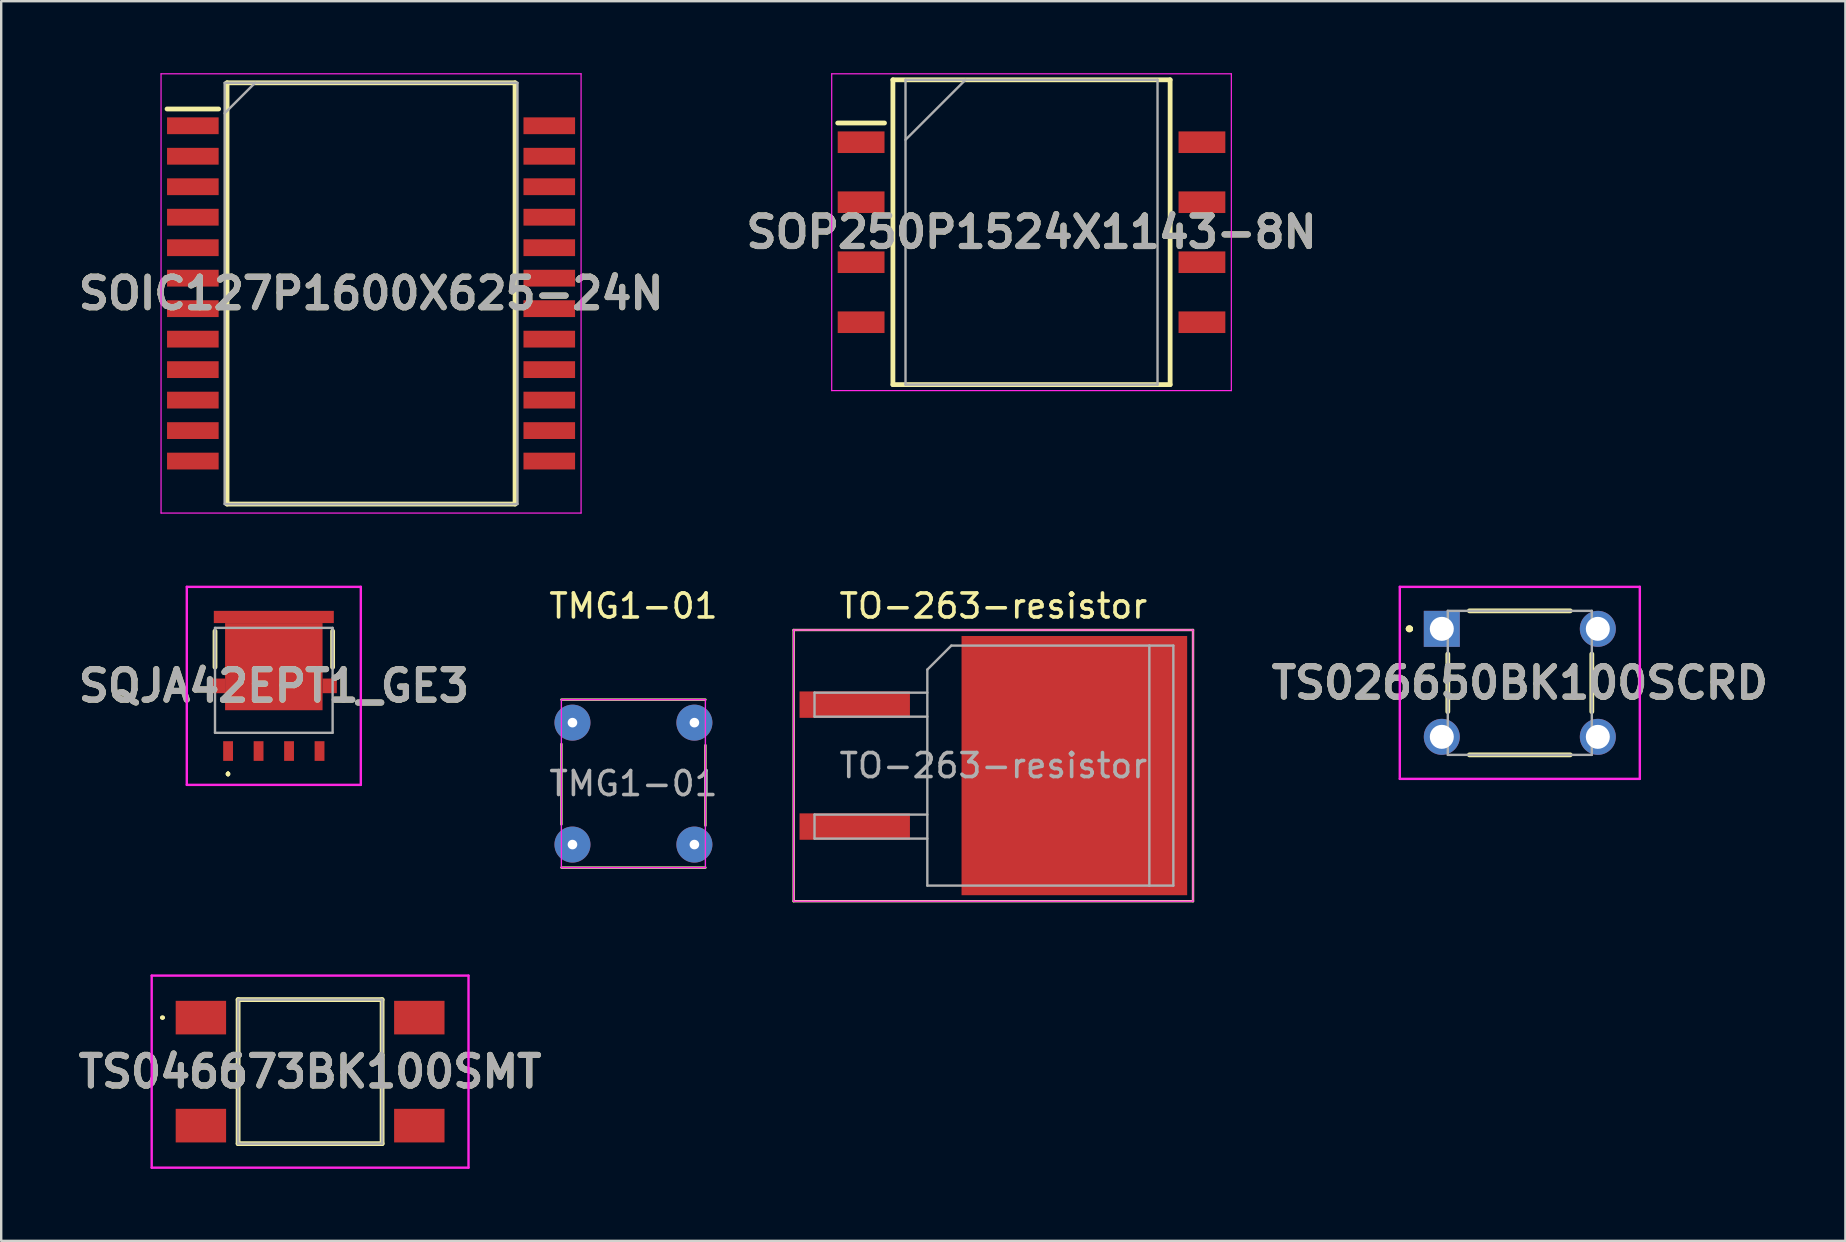
<source format=kicad_pcb>
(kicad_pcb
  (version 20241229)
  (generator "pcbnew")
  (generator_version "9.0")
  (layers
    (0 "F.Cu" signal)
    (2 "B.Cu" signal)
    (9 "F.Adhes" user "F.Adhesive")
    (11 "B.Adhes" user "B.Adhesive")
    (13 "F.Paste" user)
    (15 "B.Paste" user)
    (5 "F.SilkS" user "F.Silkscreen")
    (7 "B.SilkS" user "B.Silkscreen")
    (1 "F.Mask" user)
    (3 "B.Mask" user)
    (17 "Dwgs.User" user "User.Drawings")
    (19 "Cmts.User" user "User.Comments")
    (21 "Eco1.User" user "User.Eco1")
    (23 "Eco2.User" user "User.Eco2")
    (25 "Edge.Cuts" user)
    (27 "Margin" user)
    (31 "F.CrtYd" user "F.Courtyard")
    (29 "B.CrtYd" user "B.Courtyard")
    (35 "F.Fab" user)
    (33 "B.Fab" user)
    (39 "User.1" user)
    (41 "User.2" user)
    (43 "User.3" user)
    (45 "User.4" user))
  (footprint "SQJA42EPT1_GE3"
    (layer "F.Cu")
    (at 8.358 25.526)
    (property "Reference" "SQJA42EPT1_GE3" (at 0 -0.001 0) (layer "F.SilkS") (effects (font (size 1.27 1.27) (thickness 0.254))))
    (attr smd)
    (fp_line (start -2.45 -2.28) (end -2.45 -0.78) (stroke (width 0.2) (type solid)) (layer "F.SilkS"))
    (fp_line (start -1.905 3.619) (end -1.905 3.619) (stroke (width 0.1) (type solid)) (layer "F.SilkS"))
    (fp_line (start -1.905 3.619) (end -1.905 3.619) (stroke (width 0.1) (type solid)) (layer "F.SilkS"))
    (fp_line (start -1.905 3.72) (end -1.905 3.72) (stroke (width 0.1) (type solid)) (layer "F.SilkS"))
    (fp_line (start 2.45 -0.78) (end 2.45 -2.28) (stroke (width 0.2) (type solid)) (layer "F.SilkS"))
    (fp_arc (start -1.906 3.619) (mid -1.855 3.669) (end -1.905 3.72) (stroke (width 0.1) (type solid)) (layer "F.SilkS"))
    (fp_arc (start -1.906 3.72) (mid -1.956 3.669) (end -1.905 3.619) (stroke (width 0.1) (type solid)) (layer "F.SilkS"))
    (fp_arc (start -1.906 3.72) (mid -1.956 3.669) (end -1.905 3.619) (stroke (width 0.1) (type solid)) (layer "F.SilkS"))
    (fp_line (start -3.625 -4.126) (end 3.625 -4.126) (stroke (width 0.1) (type solid)) (layer "F.CrtYd"))
    (fp_line (start -3.625 4.124) (end -3.625 -4.126) (stroke (width 0.1) (type solid)) (layer "F.CrtYd"))
    (fp_line (start 3.625 -4.126) (end 3.625 4.124) (stroke (width 0.1) (type solid)) (layer "F.CrtYd"))
    (fp_line (start 3.625 4.124) (end -3.625 4.124) (stroke (width 0.1) (type solid)) (layer "F.CrtYd"))
    (fp_line (start -2.45 -2.416) (end 2.45 -2.416) (stroke (width 0.1) (type solid)) (layer "F.Fab"))
    (fp_line (start -2.45 1.954) (end -2.45 -2.416) (stroke (width 0.1) (type solid)) (layer "F.Fab"))
    (fp_line (start 2.45 -2.416) (end 2.45 1.954) (stroke (width 0.1) (type solid)) (layer "F.Fab"))
    (fp_line (start 2.45 1.954) (end -2.45 1.954) (stroke (width 0.1) (type solid)) (layer "F.Fab"))
    (fp_text user "${REFERENCE}" (at 0 -0.001 0) (layer "F.Fab") (effects (font (size 1.27 1.27) (thickness 0.254))))
    (pad "1" smd rect (at -1.905 2.715) (size 0.41 0.82) (layers "F.Cu" "F.Mask" "F.Paste"))
    (pad "1" smd rect (at -0.635 2.715) (size 0.41 0.82) (layers "F.Cu" "F.Mask" "F.Paste"))
    (pad "1" smd rect (at 0.635 2.715) (size 0.41 0.82) (layers "F.Cu" "F.Mask" "F.Paste"))
    (pad "2" smd rect (at 1.905 2.715) (size 0.41 0.82) (layers "F.Cu" "F.Mask" "F.Paste"))
    (pad "3" smd rect (at -2.328 0) (size 0.595 0.61) (layers "F.Cu" "F.Mask" "F.Paste"))
    (pad "3" smd rect (at 0 -2.871 90) (size 0.51 5) (layers "F.Cu" "F.Mask" "F.Paste"))
    (pad "3" smd rect (at 0 -0.801 90) (size 3.63 4.061) (layers "F.Cu" "F.Mask" "F.Paste"))
    (pad "3" smd rect (at 2.328 0) (size 0.595 0.61) (layers "F.Cu" "F.Mask" "F.Paste")))
  (footprint "TMG1-01"
    (layer "F.Cu")
    (at 23.341 29.598)
    (property "Reference" "TMG1-01" (at 0 -7.4 0) (layer "F.SilkS") (effects (font (size 1 1) (thickness 0.15))))
    (attr exclude_from_pos_files exclude_from_bom)
    (fp_line (start -3 -3.5) (end 3 -3.5) (stroke (width 0.1) (type solid)) (layer "F.SilkS"))
    (fp_line (start -3 -1.65) (end -3 1.7) (stroke (width 0.1) (type solid)) (layer "F.SilkS"))
    (fp_line (start -3 3.5) (end 3 3.5) (stroke (width 0.1) (type solid)) (layer "F.SilkS"))
    (fp_line (start 3 -1.6) (end 3 1.75) (stroke (width 0.1) (type solid)) (layer "F.SilkS"))
    (fp_line (start -3 -3.5) (end -3 3.5) (stroke (width 0.05) (type solid)) (layer "F.CrtYd"))
    (fp_line (start -3 -3.5) (end 3 -3.5) (stroke (width 0.05) (type solid)) (layer "F.CrtYd"))
    (fp_line (start -3 3.5) (end 3 3.5) (stroke (width 0.05) (type solid)) (layer "F.CrtYd"))
    (fp_line (start 3 -3.5) (end 3 3.5) (stroke (width 0.05) (type solid)) (layer "F.CrtYd"))
    (fp_line (start -3 -3.5) (end -3 3.5) (stroke (width 0.05) (type solid)) (layer "F.Fab"))
    (fp_line (start -3 -3.5) (end 3 -3.5) (stroke (width 0.05) (type solid)) (layer "F.Fab"))
    (fp_line (start -3 3.5) (end 3 3.5) (stroke (width 0.05) (type solid)) (layer "F.Fab"))
    (fp_line (start 3 -3.5) (end 3 3.5) (stroke (width 0.05) (type solid)) (layer "F.Fab"))
    (fp_text user "${REFERENCE}" (at 0 0 0) (layer "F.Fab") (effects (font (size 1 1) (thickness 0.15))))
    (pad "1" thru_hole circle (at -2.54 -2.54) (size 1.5 1.5) (drill 0.4) (layers "*.Cu" "*.Mask"))
    (pad "2" thru_hole circle (at -2.54 2.54) (size 1.5 1.5) (drill 0.4) (layers "*.Cu" "*.Mask"))
    (pad "3" thru_hole circle (at 2.54 -2.54) (size 1.5 1.5) (drill 0.4) (layers "*.Cu" "*.Mask"))
    (pad "4" thru_hole circle (at 2.54 2.54) (size 1.5 1.5) (drill 0.4) (layers "*.Cu" "*.Mask")))
  (footprint "SOIC127P1600X625-24N"
    (layer "F.Cu")
    (at 12.41 9.175)
    (property "Reference" "SOIC127P1600X625-24N" (at 0 0 0) (layer "F.SilkS") (effects (font (size 1.27 1.27) (thickness 0.254))))
    (attr smd)
    (fp_line (start -8.5 -7.685) (end -6.35 -7.685) (stroke (width 0.2) (type solid)) (layer "F.SilkS"))
    (fp_line (start -6 -8.775) (end 6 -8.775) (stroke (width 0.2) (type solid)) (layer "F.SilkS"))
    (fp_line (start -6 8.775) (end -6 -8.775) (stroke (width 0.2) (type solid)) (layer "F.SilkS"))
    (fp_line (start 6 -8.775) (end 6 8.775) (stroke (width 0.2) (type solid)) (layer "F.SilkS"))
    (fp_line (start 6 8.775) (end -6 8.775) (stroke (width 0.2) (type solid)) (layer "F.SilkS"))
    (fp_line (start -8.75 -9.15) (end 8.75 -9.15) (stroke (width 0.05) (type solid)) (layer "F.CrtYd"))
    (fp_line (start -8.75 9.15) (end -8.75 -9.15) (stroke (width 0.05) (type solid)) (layer "F.CrtYd"))
    (fp_line (start 8.75 -9.15) (end 8.75 9.15) (stroke (width 0.05) (type solid)) (layer "F.CrtYd"))
    (fp_line (start 8.75 9.15) (end -8.75 9.15) (stroke (width 0.05) (type solid)) (layer "F.CrtYd"))
    (fp_line (start -6.1 -8.775) (end 6.1 -8.775) (stroke (width 0.1) (type solid)) (layer "F.Fab"))
    (fp_line (start -6.1 -7.505) (end -4.83 -8.775) (stroke (width 0.1) (type solid)) (layer "F.Fab"))
    (fp_line (start -6.1 8.775) (end -6.1 -8.775) (stroke (width 0.1) (type solid)) (layer "F.Fab"))
    (fp_line (start 6.1 -8.775) (end 6.1 8.775) (stroke (width 0.1) (type solid)) (layer "F.Fab"))
    (fp_line (start 6.1 8.775) (end -6.1 8.775) (stroke (width 0.1) (type solid)) (layer "F.Fab"))
    (fp_text user "${REFERENCE}" (at 0 0 0) (layer "F.Fab") (effects (font (size 1.27 1.27) (thickness 0.254))))
    (pad "1" smd rect (at -7.425 -6.985 90) (size 0.7 2.15) (layers "F.Cu" "F.Mask" "F.Paste"))
    (pad "2" smd rect (at -7.425 -5.715 90) (size 0.7 2.15) (layers "F.Cu" "F.Mask" "F.Paste"))
    (pad "3" smd rect (at -7.425 -4.445 90) (size 0.7 2.15) (layers "F.Cu" "F.Mask" "F.Paste"))
    (pad "4" smd rect (at -7.425 -3.175 90) (size 0.7 2.15) (layers "F.Cu" "F.Mask" "F.Paste"))
    (pad "5" smd rect (at -7.425 -1.905 90) (size 0.7 2.15) (layers "F.Cu" "F.Mask" "F.Paste"))
    (pad "6" smd rect (at -7.425 -0.635 90) (size 0.7 2.15) (layers "F.Cu" "F.Mask" "F.Paste"))
    (pad "7" smd rect (at -7.425 0.635 90) (size 0.7 2.15) (layers "F.Cu" "F.Mask" "F.Paste"))
    (pad "8" smd rect (at -7.425 1.905 90) (size 0.7 2.15) (layers "F.Cu" "F.Mask" "F.Paste"))
    (pad "9" smd rect (at -7.425 3.175 90) (size 0.7 2.15) (layers "F.Cu" "F.Mask" "F.Paste"))
    (pad "10" smd rect (at -7.425 4.445 90) (size 0.7 2.15) (layers "F.Cu" "F.Mask" "F.Paste"))
    (pad "11" smd rect (at -7.425 5.715 90) (size 0.7 2.15) (layers "F.Cu" "F.Mask" "F.Paste"))
    (pad "12" smd rect (at -7.425 6.985 90) (size 0.7 2.15) (layers "F.Cu" "F.Mask" "F.Paste"))
    (pad "13" smd rect (at 7.425 6.985 90) (size 0.7 2.15) (layers "F.Cu" "F.Mask" "F.Paste"))
    (pad "14" smd rect (at 7.425 5.715 90) (size 0.7 2.15) (layers "F.Cu" "F.Mask" "F.Paste"))
    (pad "15" smd rect (at 7.425 4.445 90) (size 0.7 2.15) (layers "F.Cu" "F.Mask" "F.Paste"))
    (pad "16" smd rect (at 7.425 3.175 90) (size 0.7 2.15) (layers "F.Cu" "F.Mask" "F.Paste"))
    (pad "17" smd rect (at 7.425 1.905 90) (size 0.7 2.15) (layers "F.Cu" "F.Mask" "F.Paste"))
    (pad "18" smd rect (at 7.425 0.635 90) (size 0.7 2.15) (layers "F.Cu" "F.Mask" "F.Paste"))
    (pad "19" smd rect (at 7.425 -0.635 90) (size 0.7 2.15) (layers "F.Cu" "F.Mask" "F.Paste"))
    (pad "20" smd rect (at 7.425 -1.905 90) (size 0.7 2.15) (layers "F.Cu" "F.Mask" "F.Paste"))
    (pad "21" smd rect (at 7.425 -3.175 90) (size 0.7 2.15) (layers "F.Cu" "F.Mask" "F.Paste"))
    (pad "22" smd rect (at 7.425 -4.445 90) (size 0.7 2.15) (layers "F.Cu" "F.Mask" "F.Paste"))
    (pad "23" smd rect (at 7.425 -5.715 90) (size 0.7 2.15) (layers "F.Cu" "F.Mask" "F.Paste"))
    (pad "24" smd rect (at 7.425 -6.985 90) (size 0.7 2.15) (layers "F.Cu" "F.Mask" "F.Paste")))
  (footprint "TO-263-resistor"
    (layer "F.Cu")
    (at 38.336 28.848)
    (property "Reference" "TO-263-resistor" (at 0 -6.65 0) (layer "F.SilkS") (effects (font (size 1 1) (thickness 0.15))))
    (attr smd)
    (fp_line (start -8.32 -5.65) (end -8.32 5.65) (stroke (width 0.1) (type solid)) (layer "F.SilkS"))
    (fp_line (start 8.32 -5.65) (end -8.32 -5.65) (stroke (width 0.1) (type solid)) (layer "F.SilkS"))
    (fp_line (start 8.32 5.65) (end -8.32 5.65) (stroke (width 0.1) (type solid)) (layer "F.SilkS"))
    (fp_line (start 8.32 5.65) (end 8.32 -5.65) (stroke (width 0.1) (type solid)) (layer "F.SilkS"))
    (fp_line (start -8.32 -5.65) (end -8.32 5.65) (stroke (width 0.05) (type solid)) (layer "F.CrtYd"))
    (fp_line (start -8.32 5.65) (end 8.32 5.65) (stroke (width 0.05) (type solid)) (layer "F.CrtYd"))
    (fp_line (start 8.32 -5.65) (end -8.32 -5.65) (stroke (width 0.05) (type solid)) (layer "F.CrtYd"))
    (fp_line (start 8.32 5.65) (end 8.32 -5.65) (stroke (width 0.05) (type solid)) (layer "F.CrtYd"))
    (fp_line (start -7.45 -3.04) (end -7.45 -2.04) (stroke (width 0.1) (type solid)) (layer "F.Fab"))
    (fp_line (start -7.45 -2.04) (end -2.75 -2.04) (stroke (width 0.1) (type solid)) (layer "F.Fab"))
    (fp_line (start -7.45 2.04) (end -7.45 3.04) (stroke (width 0.1) (type solid)) (layer "F.Fab"))
    (fp_line (start -7.45 3.04) (end -2.75 3.04) (stroke (width 0.1) (type solid)) (layer "F.Fab"))
    (fp_line (start -2.75 -4) (end -1.75 -5) (stroke (width 0.1) (type solid)) (layer "F.Fab"))
    (fp_line (start -2.75 -3.04) (end -7.45 -3.04) (stroke (width 0.1) (type solid)) (layer "F.Fab"))
    (fp_line (start -2.75 2.04) (end -7.45 2.04) (stroke (width 0.1) (type solid)) (layer "F.Fab"))
    (fp_line (start -2.75 5) (end -2.75 -4) (stroke (width 0.1) (type solid)) (layer "F.Fab"))
    (fp_line (start -1.75 -5) (end 6.5 -5) (stroke (width 0.1) (type solid)) (layer "F.Fab"))
    (fp_line (start 6.5 -5) (end 6.5 5) (stroke (width 0.1) (type solid)) (layer "F.Fab"))
    (fp_line (start 6.5 -5) (end 7.5 -5) (stroke (width 0.1) (type solid)) (layer "F.Fab"))
    (fp_line (start 6.5 5) (end -2.75 5) (stroke (width 0.1) (type solid)) (layer "F.Fab"))
    (fp_line (start 7.5 -5) (end 7.5 5) (stroke (width 0.1) (type solid)) (layer "F.Fab"))
    (fp_line (start 7.5 5) (end 6.5 5) (stroke (width 0.1) (type solid)) (layer "F.Fab"))
    (fp_text user "${REFERENCE}" (at 0 0 0) (layer "F.Fab") (effects (font (size 1 1) (thickness 0.15))))
    (pad "" smd rect (at 0.95 -2.775) (size 4.55 5.25) (layers "F.Paste"))
    (pad "" smd rect (at 0.95 2.775) (size 4.55 5.25) (layers "F.Paste"))
    (pad "" smd rect (at 5.8 -2.775) (size 4.55 5.25) (layers "F.Paste"))
    (pad "" smd rect (at 5.8 2.775) (size 4.55 5.25) (layers "F.Paste"))
    (pad "1" smd rect (at -5.775 -2.54) (size 4.6 1.1) (layers "F.Cu" "F.Mask" "F.Paste"))
    (pad "2" smd rect (at -5.775 2.54) (size 4.6 1.1) (layers "F.Cu" "F.Mask" "F.Paste"))
    (pad "3" smd rect (at 3.375 0) (size 9.4 10.8) (layers "F.Cu" "F.Mask")))
  (footprint "SOP250P1524X1143-8N"
    (layer "F.Cu")
    (at 39.927 6.625)
    (property "Reference" "SOP250P1524X1143-8N" (at 0 0 0) (layer "F.SilkS") (effects (font (size 1.27 1.27) (thickness 0.254))))
    (attr smd)
    (fp_line (start -8.075 -4.55) (end -6.125 -4.55) (stroke (width 0.2) (type solid)) (layer "F.SilkS"))
    (fp_line (start -5.775 -6.35) (end 5.775 -6.35) (stroke (width 0.2) (type solid)) (layer "F.SilkS"))
    (fp_line (start -5.775 6.35) (end -5.775 -6.35) (stroke (width 0.2) (type solid)) (layer "F.SilkS"))
    (fp_line (start 5.775 -6.35) (end 5.775 6.35) (stroke (width 0.2) (type solid)) (layer "F.SilkS"))
    (fp_line (start 5.775 6.35) (end -5.775 6.35) (stroke (width 0.2) (type solid)) (layer "F.SilkS"))
    (fp_line (start -8.325 -6.6) (end 8.325 -6.6) (stroke (width 0.05) (type solid)) (layer "F.CrtYd"))
    (fp_line (start -8.325 6.6) (end -8.325 -6.6) (stroke (width 0.05) (type solid)) (layer "F.CrtYd"))
    (fp_line (start 8.325 -6.6) (end 8.325 6.6) (stroke (width 0.05) (type solid)) (layer "F.CrtYd"))
    (fp_line (start 8.325 6.6) (end -8.325 6.6) (stroke (width 0.05) (type solid)) (layer "F.CrtYd"))
    (fp_line (start -5.25 -6.35) (end 5.25 -6.35) (stroke (width 0.1) (type solid)) (layer "F.Fab"))
    (fp_line (start -5.25 -3.85) (end -2.75 -6.35) (stroke (width 0.1) (type solid)) (layer "F.Fab"))
    (fp_line (start -5.25 6.35) (end -5.25 -6.35) (stroke (width 0.1) (type solid)) (layer "F.Fab"))
    (fp_line (start 5.25 -6.35) (end 5.25 6.35) (stroke (width 0.1) (type solid)) (layer "F.Fab"))
    (fp_line (start 5.25 6.35) (end -5.25 6.35) (stroke (width 0.1) (type solid)) (layer "F.Fab"))
    (fp_text user "${REFERENCE}" (at 0 0 0) (layer "F.Fab") (effects (font (size 1.27 1.27) (thickness 0.254))))
    (pad "1" smd rect (at -7.1 -3.75 90) (size 0.9 1.95) (layers "F.Cu" "F.Mask" "F.Paste"))
    (pad "2" smd rect (at -7.1 -1.25 90) (size 0.9 1.95) (layers "F.Cu" "F.Mask" "F.Paste"))
    (pad "3" smd rect (at -7.1 1.25 90) (size 0.9 1.95) (layers "F.Cu" "F.Mask" "F.Paste"))
    (pad "4" smd rect (at -7.1 3.75 90) (size 0.9 1.95) (layers "F.Cu" "F.Mask" "F.Paste"))
    (pad "5" smd rect (at 7.1 3.75 90) (size 0.9 1.95) (layers "F.Cu" "F.Mask" "F.Paste"))
    (pad "6" smd rect (at 7.1 1.25 90) (size 0.9 1.95) (layers "F.Cu" "F.Mask" "F.Paste"))
    (pad "7" smd rect (at 7.1 -1.25 90) (size 0.9 1.95) (layers "F.Cu" "F.Mask" "F.Paste"))
    (pad "8" smd rect (at 7.1 -3.75 90) (size 0.9 1.95) (layers "F.Cu" "F.Mask" "F.Paste")))
  (footprint "TS026650BK100SCRD"
    (layer "F.Cu")
    (at 57.021 23.15)
    (property "Reference" "TS026650BK100SCRD" (at 3.25 2.25 0) (layer "F.SilkS") (effects (font (size 1.27 1.27) (thickness 0.254))))
    (attr through_hole)
    (fp_line (start -1.4 0) (end -1.4 0) (stroke (width 0.2) (type solid)) (layer "F.SilkS"))
    (fp_line (start -1.3 0) (end -1.3 0) (stroke (width 0.2) (type solid)) (layer "F.SilkS"))
    (fp_line (start -1.3 0) (end -1.3 0) (stroke (width 0.2) (type solid)) (layer "F.SilkS"))
    (fp_line (start 0.25 1.05) (end 0.25 3.45) (stroke (width 0.2) (type solid)) (layer "F.SilkS"))
    (fp_line (start 1.15 -0.75) (end 5.35 -0.75) (stroke (width 0.2) (type solid)) (layer "F.SilkS"))
    (fp_line (start 1.15 5.25) (end 5.35 5.25) (stroke (width 0.2) (type solid)) (layer "F.SilkS"))
    (fp_line (start 6.25 1.05) (end 6.25 3.45) (stroke (width 0.2) (type solid)) (layer "F.SilkS"))
    (fp_arc (start -1.4 0) (mid -1.35 -0.05) (end -1.3 0) (stroke (width 0.2) (type solid)) (layer "F.SilkS"))
    (fp_arc (start -1.4 0) (mid -1.35 -0.05) (end -1.3 0) (stroke (width 0.2) (type solid)) (layer "F.SilkS"))
    (fp_arc (start -1.3 0) (mid -1.35 0.05) (end -1.4 0) (stroke (width 0.2) (type solid)) (layer "F.SilkS"))
    (fp_line (start -1.75 -1.75) (end 8.25 -1.75) (stroke (width 0.1) (type solid)) (layer "F.CrtYd"))
    (fp_line (start -1.75 6.25) (end -1.75 -1.75) (stroke (width 0.1) (type solid)) (layer "F.CrtYd"))
    (fp_line (start 8.25 -1.75) (end 8.25 6.25) (stroke (width 0.1) (type solid)) (layer "F.CrtYd"))
    (fp_line (start 8.25 6.25) (end -1.75 6.25) (stroke (width 0.1) (type solid)) (layer "F.CrtYd"))
    (fp_line (start 0.25 -0.75) (end 0.25 5.25) (stroke (width 0.1) (type solid)) (layer "F.Fab"))
    (fp_line (start 0.25 5.25) (end 6.25 5.25) (stroke (width 0.1) (type solid)) (layer "F.Fab"))
    (fp_line (start 6.25 -0.75) (end 0.25 -0.75) (stroke (width 0.1) (type solid)) (layer "F.Fab"))
    (fp_line (start 6.25 5.25) (end 6.25 -0.75) (stroke (width 0.1) (type solid)) (layer "F.Fab"))
    (fp_text user "${REFERENCE}" (at 3.25 2.25 0) (layer "F.Fab") (effects (font (size 1.27 1.27) (thickness 0.254))))
    (pad "1" thru_hole rect (at 0 0) (size 1.5 1.5) (drill 1) (layers "*.Cu" "*.Mask"))
    (pad "2" thru_hole circle (at 6.5 0) (size 1.5 1.5) (drill 1) (layers "*.Cu" "*.Mask"))
    (pad "3" thru_hole circle (at 0 4.5) (size 1.5 1.5) (drill 1) (layers "*.Cu" "*.Mask"))
    (pad "4" thru_hole circle (at 6.5 4.5) (size 1.5 1.5) (drill 1) (layers "*.Cu" "*.Mask")))
  (footprint "TS046673BK100SMT"
    (layer "F.Cu")
    (at 9.87 41.598)
    (property "Reference" "TS046673BK100SMT" (at 0 0 0) (layer "F.SilkS") (effects (font (size 1.27 1.27) (thickness 0.254))))
    (attr smd)
    (fp_line (start -6.2 -2.25) (end -6.2 -2.25) (stroke (width 0.1) (type solid)) (layer "F.SilkS"))
    (fp_line (start -6.1 -2.25) (end -6.1 -2.25) (stroke (width 0.1) (type solid)) (layer "F.SilkS"))
    (fp_line (start -3 -3) (end 3 -3) (stroke (width 0.2) (type solid)) (layer "F.SilkS"))
    (fp_line (start -3 3) (end -3 -3) (stroke (width 0.2) (type solid)) (layer "F.SilkS"))
    (fp_line (start 3 -3) (end 3 3) (stroke (width 0.2) (type solid)) (layer "F.SilkS"))
    (fp_line (start 3 3) (end -3 3) (stroke (width 0.2) (type solid)) (layer "F.SilkS"))
    (fp_arc (start -6.2 -2.25) (mid -6.15 -2.3) (end -6.1 -2.25) (stroke (width 0.1) (type solid)) (layer "F.SilkS"))
    (fp_arc (start -6.1 -2.25) (mid -6.15 -2.2) (end -6.2 -2.25) (stroke (width 0.1) (type solid)) (layer "F.SilkS"))
    (fp_line (start -6.6 -4) (end 6.6 -4) (stroke (width 0.1) (type solid)) (layer "F.CrtYd"))
    (fp_line (start -6.6 4) (end -6.6 -4) (stroke (width 0.1) (type solid)) (layer "F.CrtYd"))
    (fp_line (start 6.6 -4) (end 6.6 4) (stroke (width 0.1) (type solid)) (layer "F.CrtYd"))
    (fp_line (start 6.6 4) (end -6.6 4) (stroke (width 0.1) (type solid)) (layer "F.CrtYd"))
    (fp_line (start -3 -3) (end 3 -3) (stroke (width 0.1) (type solid)) (layer "F.Fab"))
    (fp_line (start -3 3) (end -3 -3) (stroke (width 0.1) (type solid)) (layer "F.Fab"))
    (fp_line (start 3 -3) (end 3 3) (stroke (width 0.1) (type solid)) (layer "F.Fab"))
    (fp_line (start 3 3) (end -3 3) (stroke (width 0.1) (type solid)) (layer "F.Fab"))
    (fp_text user "${REFERENCE}" (at 0 0 0) (layer "F.Fab") (effects (font (size 1.27 1.27) (thickness 0.254))))
    (pad "1" smd rect (at -4.55 -2.25 90) (size 1.4 2.1) (layers "F.Cu" "F.Mask" "F.Paste"))
    (pad "2" smd rect (at -4.55 2.25 90) (size 1.4 2.1) (layers "F.Cu" "F.Mask" "F.Paste"))
    (pad "3" smd rect (at 4.55 -2.25 90) (size 1.4 2.1) (layers "F.Cu" "F.Mask" "F.Paste"))
    (pad "4" smd rect (at 4.55 2.25 90) (size 1.4 2.1) (layers "F.Cu" "F.Mask" "F.Paste")))
  (gr_rect
    (start -3 -3)
    (end 73.836 48.648)
    (stroke (width 0.1) (type default))
    (fill no)
    (layer "Edge.Cuts")))
</source>
